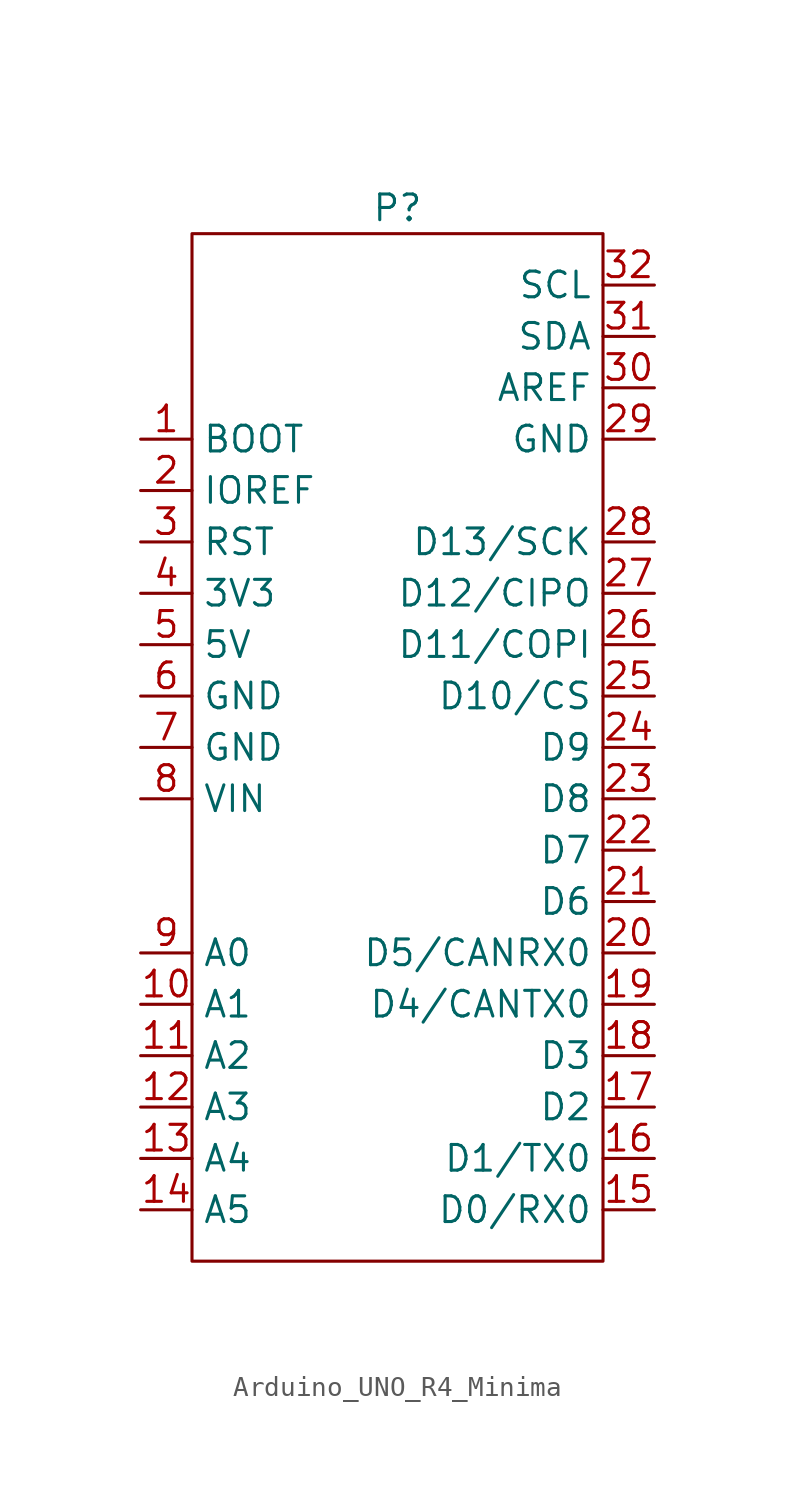
<source format=kicad_sym>
(kicad_symbol_lib
  (version 20220914)
  (generator kicad_symbol_editor)
  (symbol "Arduino_UNO_R4_Minima"
    (property "Reference" "P"
      (at 0 26.67 0)
      (effects (font (size 1.27 1.27))))
    (property "Value" ""
      (at 0 0 0)
      (effects (font (size 1.27 1.27))))
    (symbol "Arduino_UNO_R4_Minima_1_1"
      (rectangle (start -10.16 25.4) (end 10.16 -25.4) (stroke (width 0) (type default)) (fill (type none)))
      (pin input line (at -12.7 15.24 0) (length 2.54) (name "BOOT" (effects (font (size 1.27 1.27)))) (number "1" (effects (font (size 1.27 1.27)))))
      (pin input line (at -12.7 -12.7 0) (length 2.54) (name "A1" (effects (font (size 1.27 1.27)))) (number "10" (effects (font (size 1.27 1.27)))))
      (pin input line (at -12.7 -15.24 0) (length 2.54) (name "A2" (effects (font (size 1.27 1.27)))) (number "11" (effects (font (size 1.27 1.27)))))
      (pin input line (at -12.7 -17.78 0) (length 2.54) (name "A3" (effects (font (size 1.27 1.27)))) (number "12" (effects (font (size 1.27 1.27)))))
      (pin input line (at -12.7 -20.32 0) (length 2.54) (name "A4" (effects (font (size 1.27 1.27)))) (number "13" (effects (font (size 1.27 1.27)))))
      (pin input line (at -12.7 -22.86 0) (length 2.54) (name "A5" (effects (font (size 1.27 1.27)))) (number "14" (effects (font (size 1.27 1.27)))))
      (pin input line (at 12.7 -22.86 180) (length 2.54) (name "D0/RX0" (effects (font (size 1.27 1.27)))) (number "15" (effects (font (size 1.27 1.27)))))
      (pin input line (at 12.7 -20.32 180) (length 2.54) (name "D1/TX0" (effects (font (size 1.27 1.27)))) (number "16" (effects (font (size 1.27 1.27)))))
      (pin input line (at 12.7 -17.78 180) (length 2.54) (name "D2" (effects (font (size 1.27 1.27)))) (number "17" (effects (font (size 1.27 1.27)))))
      (pin input line (at 12.7 -15.24 180) (length 2.54) (name "D3" (effects (font (size 1.27 1.27)))) (number "18" (effects (font (size 1.27 1.27)))))
      (pin input line (at 12.7 -12.7 180) (length 2.54) (name "D4/CANTX0" (effects (font (size 1.27 1.27)))) (number "19" (effects (font (size 1.27 1.27)))))
      (pin input line (at -12.7 12.7 0) (length 2.54) (name "IOREF" (effects (font (size 1.27 1.27)))) (number "2" (effects (font (size 1.27 1.27)))))
      (pin input line (at 12.7 -10.16 180) (length 2.54) (name "D5/CANRX0" (effects (font (size 1.27 1.27)))) (number "20" (effects (font (size 1.27 1.27)))))
      (pin input line (at 12.7 -7.62 180) (length 2.54) (name "D6" (effects (font (size 1.27 1.27)))) (number "21" (effects (font (size 1.27 1.27)))))
      (pin input line (at 12.7 -5.08 180) (length 2.54) (name "D7" (effects (font (size 1.27 1.27)))) (number "22" (effects (font (size 1.27 1.27)))))
      (pin input line (at 12.7 -2.54 180) (length 2.54) (name "D8" (effects (font (size 1.27 1.27)))) (number "23" (effects (font (size 1.27 1.27)))))
      (pin input line (at 12.7 0 180) (length 2.54) (name "D9" (effects (font (size 1.27 1.27)))) (number "24" (effects (font (size 1.27 1.27)))))
      (pin input line (at 12.7 2.54 180) (length 2.54) (name "D10/CS" (effects (font (size 1.27 1.27)))) (number "25" (effects (font (size 1.27 1.27)))))
      (pin input line (at 12.7 5.08 180) (length 2.54) (name "D11/COPI" (effects (font (size 1.27 1.27)))) (number "26" (effects (font (size 1.27 1.27)))))
      (pin input line (at 12.7 7.62 180) (length 2.54) (name "D12/CIPO" (effects (font (size 1.27 1.27)))) (number "27" (effects (font (size 1.27 1.27)))))
      (pin input line (at 12.7 10.16 180) (length 2.54) (name "D13/SCK" (effects (font (size 1.27 1.27)))) (number "28" (effects (font (size 1.27 1.27)))))
      (pin power_out line (at 12.7 15.24 180) (length 2.54) (name "GND" (effects (font (size 1.27 1.27)))) (number "29" (effects (font (size 1.27 1.27)))))
      (pin input line (at -12.7 10.16 0) (length 2.54) (name "RST" (effects (font (size 1.27 1.27)))) (number "3" (effects (font (size 1.27 1.27)))))
      (pin output line (at 12.7 17.78 180) (length 2.54) (name "AREF" (effects (font (size 1.27 1.27)))) (number "30" (effects (font (size 1.27 1.27)))))
      (pin bidirectional line (at 12.7 20.32 180) (length 2.54) (name "SDA" (effects (font (size 1.27 1.27)))) (number "31" (effects (font (size 1.27 1.27)))))
      (pin output line (at 12.7 22.86 180) (length 2.54) (name "SCL" (effects (font (size 1.27 1.27)))) (number "32" (effects (font (size 1.27 1.27)))))
      (pin power_out line (at -12.7 7.62 0) (length 2.54) (name "3V3" (effects (font (size 1.27 1.27)))) (number "4" (effects (font (size 1.27 1.27)))))
      (pin power_out line (at -12.7 5.08 0) (length 2.54) (name "5V" (effects (font (size 1.27 1.27)))) (number "5" (effects (font (size 1.27 1.27)))))
      (pin power_out line (at -12.7 2.54 0) (length 2.54) (name "GND" (effects (font (size 1.27 1.27)))) (number "6" (effects (font (size 1.27 1.27)))))
      (pin power_out line (at -12.7 0 0) (length 2.54) (name "GND" (effects (font (size 1.27 1.27)))) (number "7" (effects (font (size 1.27 1.27)))))
      (pin input line (at -12.7 -2.54 0) (length 2.54) (name "VIN" (effects (font (size 1.27 1.27)))) (number "8" (effects (font (size 1.27 1.27)))))
      (pin input line (at -12.7 -10.16 0) (length 2.54) (name "A0" (effects (font (size 1.27 1.27)))) (number "9" (effects (font (size 1.27 1.27))))))))
</source>
